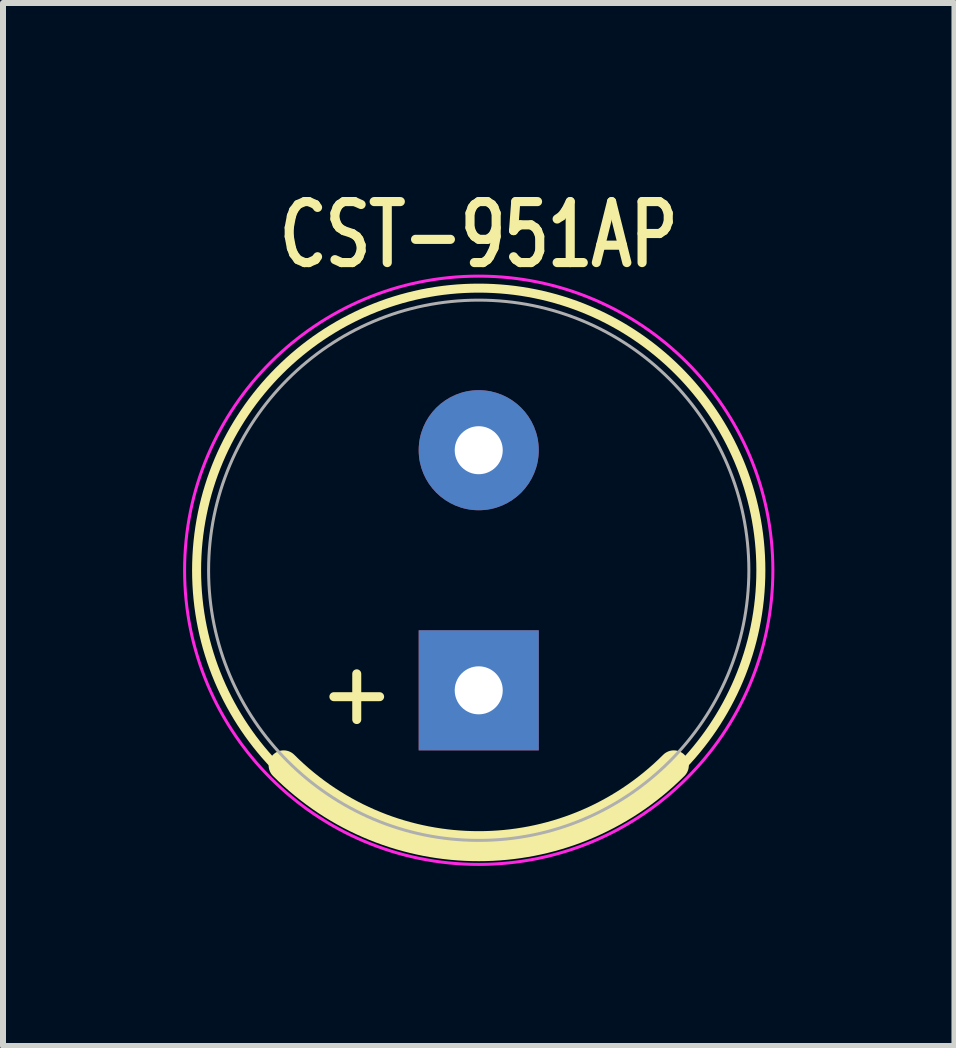
<source format=kicad_pcb>
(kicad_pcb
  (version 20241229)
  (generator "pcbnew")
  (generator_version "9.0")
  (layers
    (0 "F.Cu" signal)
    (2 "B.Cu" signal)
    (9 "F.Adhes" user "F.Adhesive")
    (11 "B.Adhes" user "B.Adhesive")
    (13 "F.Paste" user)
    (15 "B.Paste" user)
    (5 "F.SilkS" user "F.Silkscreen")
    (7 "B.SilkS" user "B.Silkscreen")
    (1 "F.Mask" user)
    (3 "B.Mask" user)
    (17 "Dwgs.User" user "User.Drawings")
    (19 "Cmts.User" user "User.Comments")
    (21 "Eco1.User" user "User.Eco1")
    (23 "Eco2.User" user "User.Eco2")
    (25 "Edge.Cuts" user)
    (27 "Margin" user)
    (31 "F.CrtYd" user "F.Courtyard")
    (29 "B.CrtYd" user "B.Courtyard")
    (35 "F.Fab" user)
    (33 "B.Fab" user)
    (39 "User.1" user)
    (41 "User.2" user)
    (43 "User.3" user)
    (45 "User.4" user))
  (footprint "CST-951AP"
    (layer "F.Cu")
    (at 4.925 6.45)
    (property "Reference" "CST-951AP" (at 0 -5.588 0) (layer "F.SilkS") (effects (font (size 1.016 0.762) (thickness 0.152))))
    (attr through_hole)
    (fp_arc (start 3.25 3.25) (mid 0 4.596194) (end -3.25 3.25) (stroke (width 0.5) (type solid)) (layer "F.SilkS"))
    (fp_circle (center 0 0) (end 4.7 0) (stroke (width 0.15) (type solid)) (fill no) (layer "F.SilkS"))
    (fp_circle (center 0 0) (end 4.9 0) (stroke (width 0.05) (type solid)) (fill no) (layer "F.CrtYd"))
    (fp_circle (center 0 0) (end 4.5 0) (stroke (width 0.05) (type solid)) (fill no) (layer "F.Fab"))
    (fp_text user "+" (at -2.032 2.032 0) (layer "F.SilkS") (effects (font (size 1 1) (thickness 0.15))))
    (pad "1" thru_hole rect (at 0 2) (size 2 2) (drill 0.8) (layers "*.Cu" "*.Mask"))
    (pad "2" thru_hole circle (at 0 -2) (size 2 2) (drill 0.8) (layers "*.Cu" "*.Mask")))
  (gr_rect
    (start -3 -3)
    (end 12.85 14.375)
    (stroke (width 0.1) (type default))
    (fill no)
    (layer "Edge.Cuts")))
</source>
